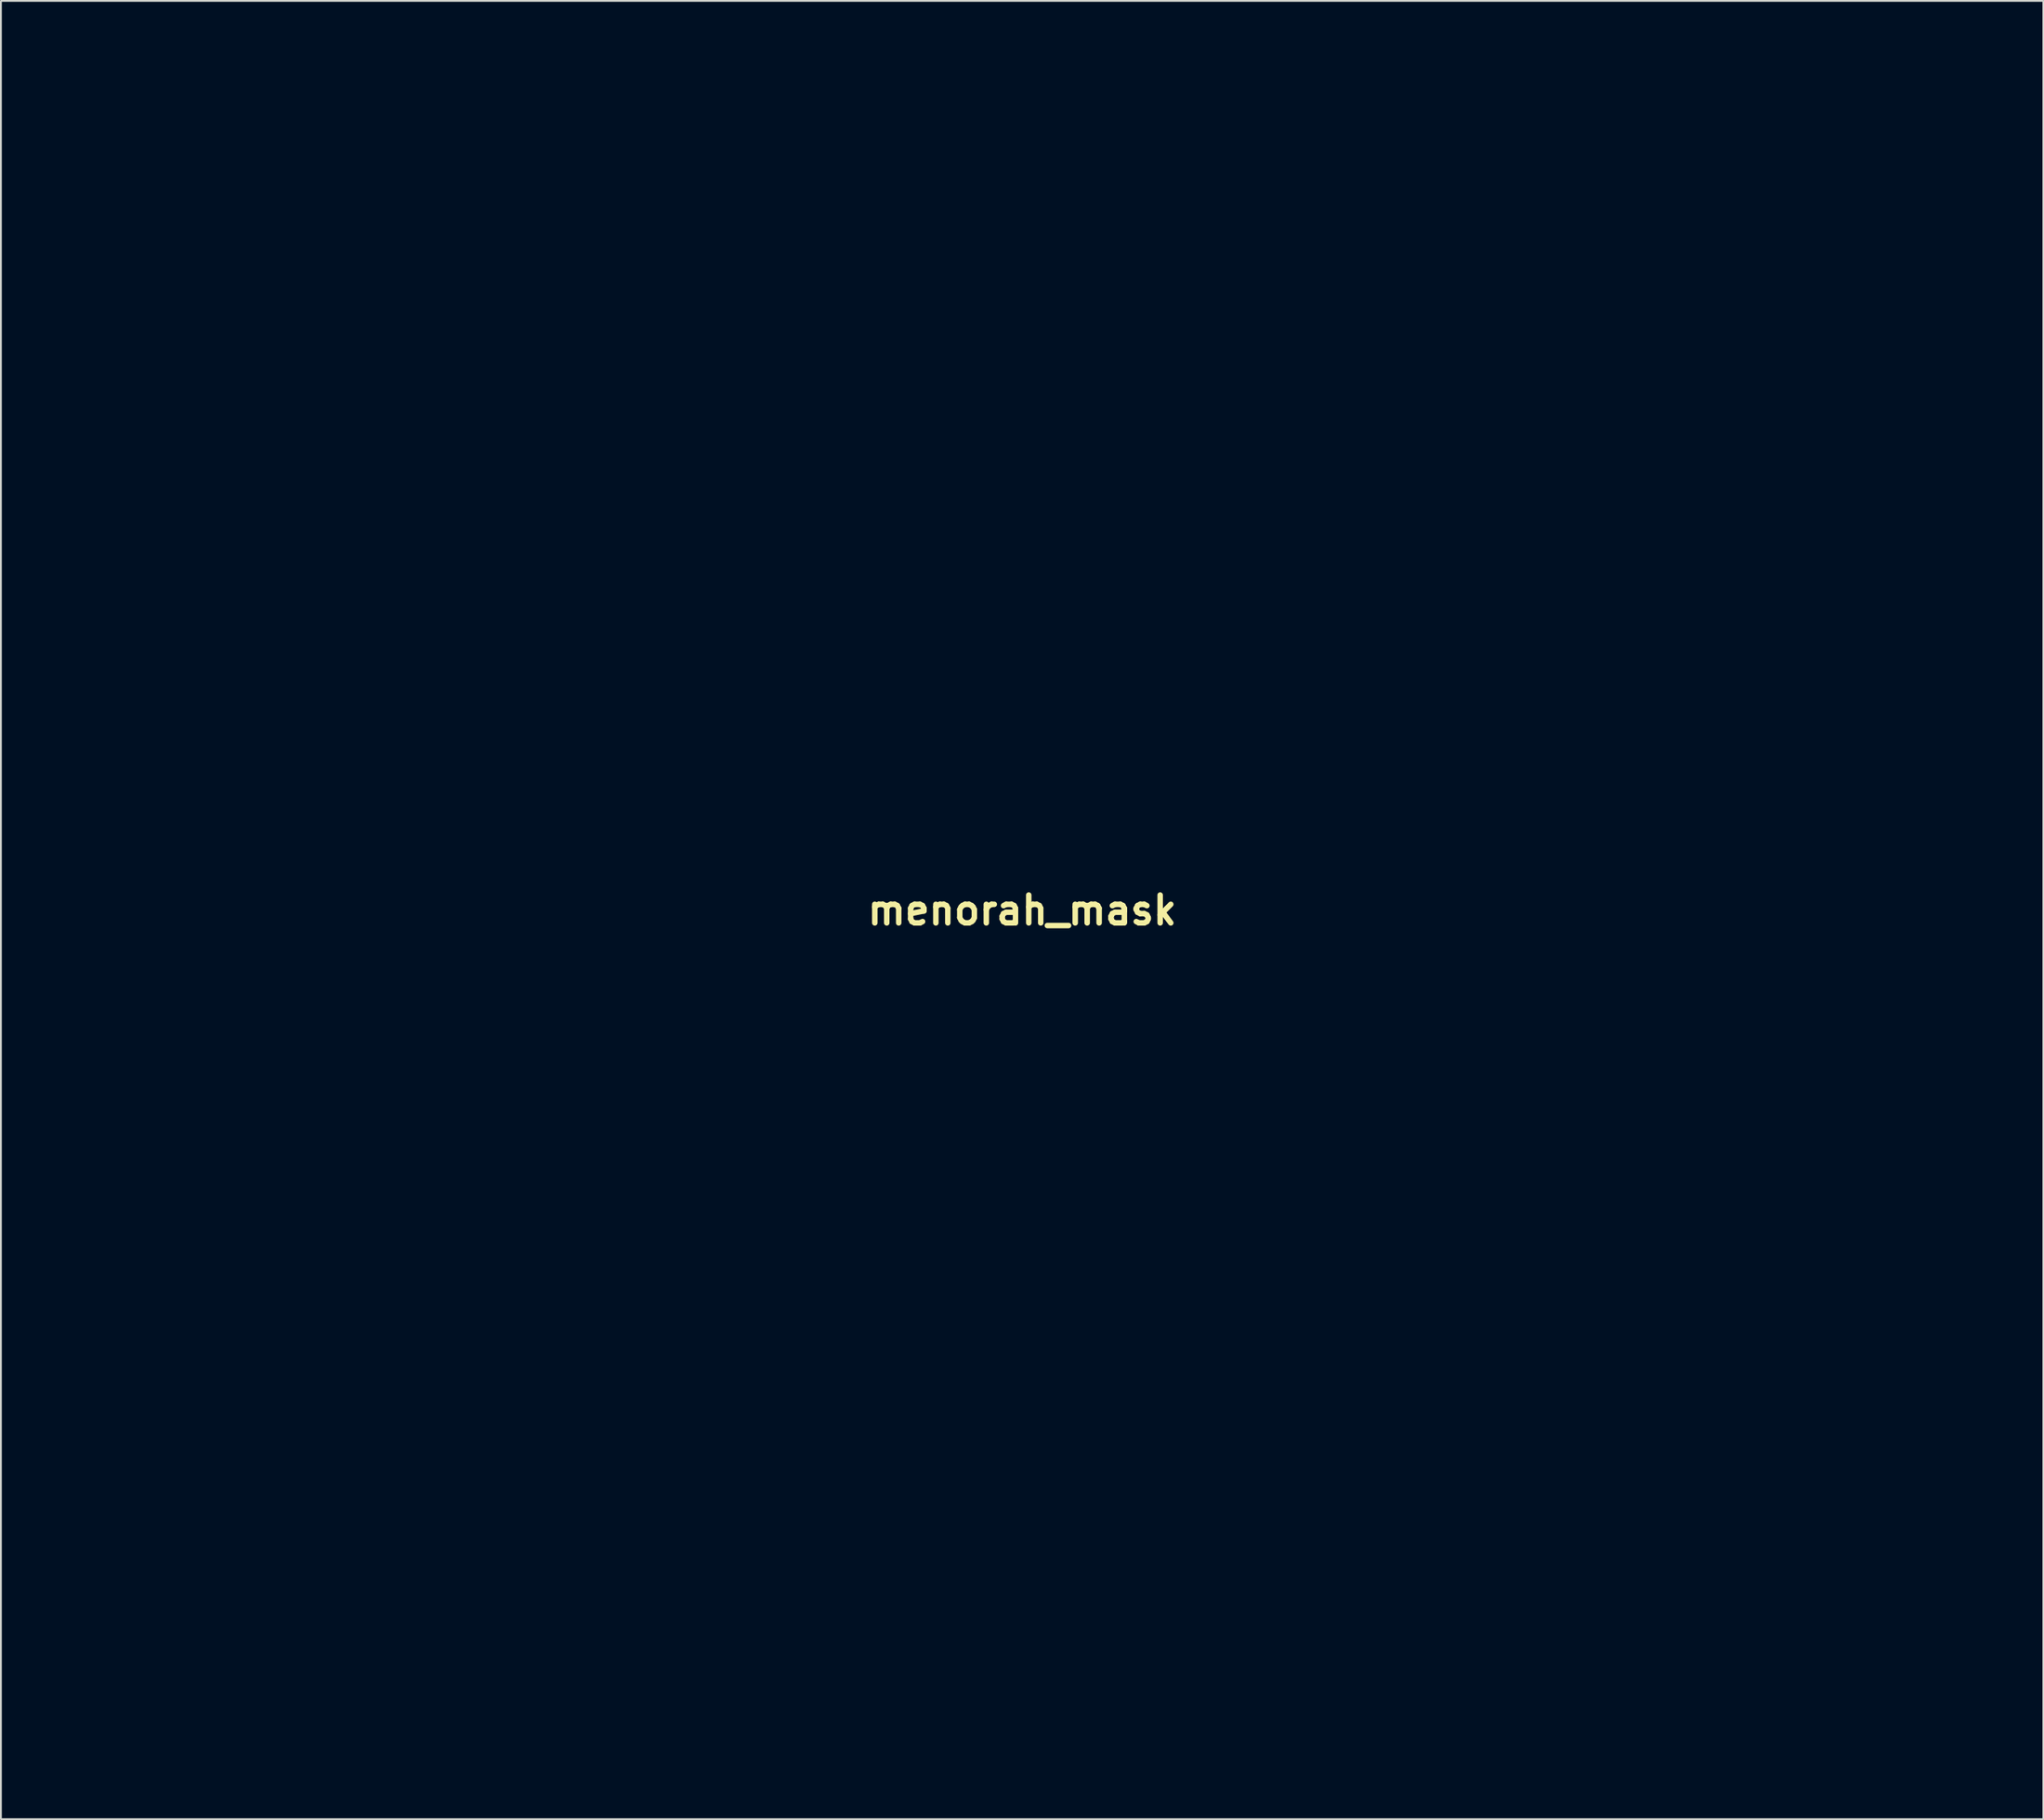
<source format=kicad_pcb>
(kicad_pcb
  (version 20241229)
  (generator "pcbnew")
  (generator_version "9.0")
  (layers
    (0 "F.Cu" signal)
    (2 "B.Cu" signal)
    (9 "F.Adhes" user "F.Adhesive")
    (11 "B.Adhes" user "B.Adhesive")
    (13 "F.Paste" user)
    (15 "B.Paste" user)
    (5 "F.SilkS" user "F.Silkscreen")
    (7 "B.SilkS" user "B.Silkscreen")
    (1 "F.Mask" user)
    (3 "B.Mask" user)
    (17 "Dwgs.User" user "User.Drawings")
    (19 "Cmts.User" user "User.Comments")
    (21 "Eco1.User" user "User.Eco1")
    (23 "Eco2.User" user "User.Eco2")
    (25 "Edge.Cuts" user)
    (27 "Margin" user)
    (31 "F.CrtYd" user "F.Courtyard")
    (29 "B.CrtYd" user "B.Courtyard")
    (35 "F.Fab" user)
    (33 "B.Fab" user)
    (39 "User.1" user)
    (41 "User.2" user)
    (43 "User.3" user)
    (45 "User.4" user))
  (footprint "menorah_mask"
    (layer "F.Cu")
    (at 52.837 46.741)
    (property "Reference" "menorah_mask" (at 0 0 0) (layer "F.SilkS") (effects (font (size 1.524 1.524) (thickness 0.3))))
    (attr through_hole)
    (fp_poly (pts (xy 2.056 -44.429) (xy 2.079 -43.513) (xy 2.112 -42.741) (xy 2.156 -42.087) (xy 2.215 -41.523) (xy 2.292 -41.025) (xy 2.39 -40.567) (xy 2.51 -40.122) (xy 2.539 -40.03) (xy 2.729 -39.545) (xy 2.989 -39.07) (xy 3.287 -38.651) (xy 3.593 -38.335) (xy 3.703 -38.252) (xy 3.94 -38.105) (xy 4.167 -37.994) (xy 4.413 -37.914) (xy 4.706 -37.86) (xy 5.075 -37.828) (xy 5.548 -37.811) (xy 6.154 -37.807) (xy 6.35 -37.807) (xy 6.943 -37.81) (xy 7.398 -37.818) (xy 7.748 -37.835) (xy 8.023 -37.862) (xy 8.255 -37.903) (xy 8.477 -37.96) (xy 8.594 -37.995) (xy 9.233 -38.259) (xy 9.742 -38.618) (xy 10.144 -39.089) (xy 10.329 -39.407) (xy 10.444 -39.636) (xy 10.525 -39.826) (xy 10.579 -40.013) (xy 10.613 -40.236) (xy 10.634 -40.531) (xy 10.647 -40.936) (xy 10.655 -41.245) (xy 10.684 -42.503) (xy 14.732 -42.503) (xy 14.731 -41.55) (xy 14.694 -40.402) (xy 14.582 -39.394) (xy 14.39 -38.513) (xy 14.115 -37.747) (xy 13.754 -37.082) (xy 13.301 -36.505) (xy 13.192 -36.391) (xy 12.616 -35.923) (xy 11.901 -35.522) (xy 11.066 -35.196) (xy 10.128 -34.949) (xy 9.105 -34.787) (xy 8.016 -34.716) (xy 7.743 -34.713) (xy 7.05 -34.677) (xy 6.488 -34.56) (xy 6.032 -34.35) (xy 5.659 -34.035) (xy 5.345 -33.602) (xy 5.262 -33.455) (xy 4.964 -32.755) (xy 4.766 -31.987) (xy 4.667 -31.182) (xy 4.665 -30.369) (xy 4.759 -29.579) (xy 4.946 -28.842) (xy 5.225 -28.189) (xy 5.594 -27.649) (xy 5.596 -27.648) (xy 5.911 -27.346) (xy 6.262 -27.135) (xy 6.684 -27.003) (xy 7.211 -26.938) (xy 7.662 -26.925) (xy 8.452 -26.941) (xy 9.341 -26.986) (xy 10.261 -27.056) (xy 11.145 -27.146) (xy 11.769 -27.227) (xy 13.317 -27.511) (xy 14.772 -27.899) (xy 16.125 -28.388) (xy 17.365 -28.971) (xy 18.483 -29.645) (xy 19.472 -30.405) (xy 20.32 -31.246) (xy 20.515 -31.476) (xy 21.275 -32.518) (xy 21.913 -33.644) (xy 22.432 -34.86) (xy 22.835 -36.175) (xy 23.124 -37.596) (xy 23.3 -39.132) (xy 23.367 -40.791) (xy 23.368 -41) (xy 23.368 -42.503) (xy 27.458 -42.503) (xy 27.398 -40.963) (xy 27.329 -39.644) (xy 27.225 -38.46) (xy 27.081 -37.38) (xy 26.893 -36.373) (xy 26.655 -35.408) (xy 26.371 -34.474) (xy 25.826 -33.057) (xy 25.177 -31.768) (xy 24.417 -30.601) (xy 23.541 -29.551) (xy 22.542 -28.611) (xy 21.414 -27.775) (xy 20.152 -27.036) (xy 18.751 -26.389) (xy 18.623 -26.337) (xy 17.367 -25.885) (xy 16.029 -25.503) (xy 14.594 -25.189) (xy 13.048 -24.941) (xy 11.379 -24.757) (xy 9.571 -24.634) (xy 8.551 -24.593) (xy 8.005 -24.572) (xy 7.499 -24.547) (xy 7.063 -24.519) (xy 6.728 -24.491) (xy 6.527 -24.465) (xy 6.51 -24.461) (xy 6.159 -24.302) (xy 5.797 -24.017) (xy 5.461 -23.643) (xy 5.188 -23.215) (xy 5.167 -23.173) (xy 4.894 -22.451) (xy 4.724 -21.637) (xy 4.658 -20.776) (xy 4.697 -19.91) (xy 4.84 -19.081) (xy 5.089 -18.334) (xy 5.132 -18.237) (xy 5.468 -17.691) (xy 5.904 -17.258) (xy 6.416 -16.955) (xy 6.9 -16.813) (xy 7.102 -16.799) (xy 7.449 -16.795) (xy 7.914 -16.799) (xy 8.474 -16.812) (xy 9.103 -16.833) (xy 9.777 -16.859) (xy 10.471 -16.891) (xy 11.16 -16.926) (xy 11.82 -16.965) (xy 12.424 -17.007) (xy 12.949 -17.049) (xy 13.081 -17.061) (xy 15.425 -17.341) (xy 17.631 -17.718) (xy 19.703 -18.194) (xy 21.643 -18.771) (xy 23.452 -19.448) (xy 25.133 -20.229) (xy 26.688 -21.113) (xy 28.12 -22.103) (xy 29.43 -23.198) (xy 30.62 -24.402) (xy 31.694 -25.714) (xy 32.653 -27.136) (xy 33.3 -28.279) (xy 33.984 -29.737) (xy 34.577 -31.324) (xy 35.076 -33.022) (xy 35.478 -34.815) (xy 35.779 -36.686) (xy 35.976 -38.617) (xy 36.063 -40.592) (xy 36.068 -41.165) (xy 36.068 -42.503) (xy 40.158 -42.503) (xy 40.099 -40.661) (xy 40.008 -38.708) (xy 39.862 -36.896) (xy 39.658 -35.206) (xy 39.393 -33.617) (xy 39.064 -32.109) (xy 38.668 -30.663) (xy 38.509 -30.156) (xy 37.835 -28.306) (xy 37.05 -26.582) (xy 36.153 -24.981) (xy 35.139 -23.498) (xy 34.007 -22.128) (xy 32.753 -20.867) (xy 31.792 -20.041) (xy 30.321 -18.958) (xy 28.714 -17.976) (xy 26.973 -17.096) (xy 25.098 -16.318) (xy 23.09 -15.642) (xy 20.949 -15.068) (xy 18.676 -14.596) (xy 16.272 -14.227) (xy 13.736 -13.96) (xy 11.071 -13.797) (xy 9.483 -13.749) (xy 8.65 -13.73) (xy 7.972 -13.709) (xy 7.434 -13.683) (xy 7.023 -13.652) (xy 6.723 -13.616) (xy 6.534 -13.578) (xy 6.048 -13.358) (xy 5.623 -12.992) (xy 5.268 -12.493) (xy 4.987 -11.875) (xy 4.788 -11.151) (xy 4.678 -10.334) (xy 4.657 -9.755) (xy 4.71 -8.873) (xy 4.866 -8.083) (xy 5.118 -7.396) (xy 5.461 -6.826) (xy 5.89 -6.384) (xy 6.372 -6.094) (xy 6.501 -6.04) (xy 6.624 -5.997) (xy 6.761 -5.966) (xy 6.933 -5.944) (xy 7.16 -5.931) (xy 7.465 -5.926) (xy 7.867 -5.928) (xy 8.387 -5.936) (xy 9.047 -5.948) (xy 9.398 -5.956) (xy 11.092 -6.002) (xy 12.657 -6.068) (xy 14.13 -6.158) (xy 15.55 -6.275) (xy 16.957 -6.42) (xy 18.389 -6.598) (xy 19.092 -6.695) (xy 21.778 -7.138) (xy 24.33 -7.684) (xy 26.75 -8.335) (xy 29.038 -9.091) (xy 31.195 -9.953) (xy 33.223 -10.921) (xy 35.123 -11.996) (xy 36.894 -13.179) (xy 38.539 -14.471) (xy 40.059 -15.872) (xy 41.453 -17.383) (xy 42.724 -19.005) (xy 43.872 -20.738) (xy 44.898 -22.583) (xy 45.803 -24.54) (xy 46.561 -26.533) (xy 47.214 -28.653) (xy 47.751 -30.876) (xy 48.173 -33.208) (xy 48.48 -35.652) (xy 48.674 -38.214) (xy 48.743 -40.111) (xy 48.794 -42.503) (xy 52.832 -42.503) (xy 52.832 -41.295) (xy 52.817 -40.039) (xy 52.772 -38.7) (xy 52.702 -37.318) (xy 52.608 -35.932) (xy 52.493 -34.581) (xy 52.36 -33.304) (xy 52.213 -32.141) (xy 52.149 -31.708) (xy 51.687 -29.168) (xy 51.103 -26.745) (xy 50.399 -24.438) (xy 49.573 -22.248) (xy 48.626 -20.175) (xy 47.559 -18.221) (xy 46.372 -16.385) (xy 45.064 -14.668) (xy 45.037 -14.635) (xy 44.661 -14.201) (xy 44.192 -13.691) (xy 43.665 -13.141) (xy 43.115 -12.586) (xy 42.576 -12.062) (xy 42.084 -11.603) (xy 41.91 -11.448) (xy 40.276 -10.124) (xy 38.506 -8.898) (xy 36.601 -7.772) (xy 34.564 -6.746) (xy 32.397 -5.821) (xy 30.101 -4.998) (xy 27.679 -4.277) (xy 25.132 -3.66) (xy 22.462 -3.146) (xy 19.672 -2.737) (xy 19.473 -2.712) (xy 18.402 -2.588) (xy 17.336 -2.48) (xy 16.251 -2.385) (xy 15.122 -2.302) (xy 13.926 -2.229) (xy 12.637 -2.165) (xy 11.232 -2.109) (xy 9.686 -2.058) (xy 9.391 -2.05) (xy 7.31 -1.99) (xy 6.897 -1.734) (xy 6.554 -1.465) (xy 6.296 -1.114) (xy 6.248 -1.026) (xy 6.011 -0.573) (xy 6.012 4.264) (xy 6.013 5.552) (xy 6.019 6.69) (xy 6.029 7.697) (xy 6.045 8.594) (xy 6.068 9.398) (xy 6.099 10.13) (xy 6.139 10.81) (xy 6.19 11.455) (xy 6.251 12.087) (xy 6.325 12.724) (xy 6.412 13.386) (xy 6.514 14.092) (xy 6.572 14.478) (xy 6.934 16.584) (xy 7.379 18.698) (xy 7.898 20.799) (xy 8.486 22.864) (xy 9.134 24.873) (xy 9.836 26.802) (xy 10.585 28.63) (xy 11.373 30.335) (xy 12.194 31.896) (xy 12.231 31.962) (xy 13.117 33.421) (xy 14.025 34.716) (xy 14.954 35.844) (xy 15.905 36.807) (xy 16.875 37.601) (xy 17.119 37.772) (xy 17.347 37.911) (xy 17.7 38.105) (xy 18.149 38.34) (xy 18.666 38.601) (xy 19.221 38.872) (xy 19.581 39.044) (xy 21.335 39.897) (xy 22.927 40.723) (xy 24.359 41.527) (xy 25.638 42.309) (xy 26.765 43.074) (xy 27.747 43.823) (xy 28.587 44.56) (xy 29.055 45.03) (xy 29.433 45.454) (xy 29.71 45.814) (xy 29.878 46.098) (xy 29.928 46.29) (xy 29.913 46.339) (xy 29.812 46.42) (xy 29.618 46.527) (xy 29.559 46.554) (xy 29.523 46.567) (xy 29.467 46.579) (xy 29.387 46.59) (xy 29.277 46.6) (xy 29.132 46.61) (xy 28.947 46.619) (xy 28.716 46.628) (xy 28.434 46.635) (xy 28.097 46.643) (xy 27.698 46.649) (xy 27.232 46.655) (xy 26.694 46.661) (xy 26.079 46.666) (xy 25.382 46.671) (xy 24.596 46.675) (xy 23.718 46.679) (xy 22.741 46.682) (xy 21.661 46.686) (xy 20.471 46.688) (xy 19.168 46.691) (xy 17.745 46.693) (xy 16.197 46.695) (xy 14.519 46.697) (xy 12.706 46.699) (xy 10.752 46.7) (xy 8.652 46.701) (xy 6.401 46.703) (xy 3.993 46.704) (xy 1.424 46.705) (xy 0.254 46.705) (xy -1.956 46.706) (xy -4.124 46.706) (xy -6.245 46.706) (xy -8.311 46.706) (xy -10.317 46.705) (xy -12.257 46.704) (xy -14.123 46.702) (xy -15.911 46.7) (xy -17.613 46.698) (xy -19.224 46.695) (xy -20.737 46.693) (xy -22.146 46.689) (xy -23.445 46.686) (xy -24.628 46.682) (xy -25.687 46.678) (xy -26.618 46.674) (xy -27.413 46.67) (xy -28.068 46.665) (xy -28.574 46.661) (xy -28.926 46.656) (xy -29.119 46.651) (xy -29.152 46.648) (xy -29.528 46.554) (xy -29.789 46.425) (xy -29.915 46.273) (xy -29.914 46.164) (xy -29.761 45.878) (xy -29.489 45.515) (xy -29.12 45.098) (xy -28.674 44.648) (xy -28.171 44.184) (xy -27.632 43.729) (xy -27.16 43.365) (xy -26.226 42.702) (xy -25.232 42.052) (xy -24.158 41.405) (xy -22.986 40.75) (xy -21.743 40.1) (xy -5.08 40.1) (xy -5.078 40.785) (xy -5.074 41.426) (xy -5.067 42) (xy -5.058 42.486) (xy -5.047 42.861) (xy -5.034 43.102) (xy -5.026 43.175) (xy -4.929 43.413) (xy -4.76 43.654) (xy -4.723 43.693) (xy -4.474 43.942) (xy 4.474 43.942) (xy 4.723 43.693) (xy 4.9 43.463) (xy 5.016 43.217) (xy 5.026 43.175) (xy 5.039 43.026) (xy 5.051 42.731) (xy 5.061 42.311) (xy 5.07 41.789) (xy 5.076 41.186) (xy 5.079 40.526) (xy 5.08 40.1) (xy 5.079 39.272) (xy 5.074 38.595) (xy 5.062 38.054) (xy 5.041 37.629) (xy 5.007 37.306) (xy 4.957 37.065) (xy 4.89 36.89) (xy 4.801 36.763) (xy 4.688 36.667) (xy 4.548 36.586) (xy 4.487 36.555) (xy 4.408 36.521) (xy 4.308 36.493) (xy 4.172 36.47) (xy 3.985 36.451) (xy 3.733 36.436) (xy 3.4 36.425) (xy 2.973 36.417) (xy 2.435 36.412) (xy 1.773 36.409) (xy 0.971 36.407) (xy 0.015 36.407) (xy 0 36.407) (xy -0.958 36.407) (xy -1.762 36.409) (xy -2.426 36.412) (xy -2.966 36.417) (xy -3.395 36.425) (xy -3.729 36.436) (xy -3.982 36.451) (xy -4.169 36.469) (xy -4.306 36.492) (xy -4.407 36.521) (xy -4.486 36.554) (xy -4.487 36.555) (xy -4.638 36.636) (xy -4.761 36.724) (xy -4.859 36.837) (xy -4.934 36.992) (xy -4.99 37.206) (xy -5.03 37.497) (xy -5.055 37.881) (xy -5.07 38.376) (xy -5.078 39) (xy -5.08 39.769) (xy -5.08 40.1) (xy -21.743 40.1) (xy -21.696 40.076) (xy -20.271 39.373) (xy -19.581 39.044) (xy -19.017 38.773) (xy -18.472 38.504) (xy -17.977 38.251) (xy -17.559 38.029) (xy -17.248 37.853) (xy -17.119 37.772) (xy -16.143 37.019) (xy -15.188 36.098) (xy -14.253 35.011) (xy -13.34 33.758) (xy -12.449 32.339) (xy -12.231 31.962) (xy -11.409 30.408) (xy -10.619 28.708) (xy -9.868 26.885) (xy -9.164 24.96) (xy -8.513 22.955) (xy -7.923 20.892) (xy -7.401 18.792) (xy -6.953 16.678) (xy -6.586 14.571) (xy -6.572 14.478) (xy -6.463 13.743) (xy -6.368 13.062) (xy -6.288 12.416) (xy -6.22 11.786) (xy -6.164 11.151) (xy -6.119 10.493) (xy -6.084 9.793) (xy -6.057 9.03) (xy -6.037 8.187) (xy -6.024 7.242) (xy -6.017 6.178) (xy -6.014 4.975) (xy -6.014 4.233) (xy -6.014 3.198) (xy -6.016 2.318) (xy -6.018 1.58) (xy -6.022 0.97) (xy -6.028 0.474) (xy -6.037 0.079) (xy -6.049 -0.231) (xy -6.063 -0.467) (xy -6.082 -0.645) (xy -6.104 -0.777) (xy -6.132 -0.878) (xy -6.164 -0.962) (xy -6.172 -0.98) (xy -6.429 -1.367) (xy -6.797 -1.693) (xy -7.219 -1.908) (xy -7.311 -1.935) (xy -7.491 -1.962) (xy -7.813 -1.989) (xy -8.249 -2.015) (xy -8.774 -2.04) (xy -9.359 -2.061) (xy -9.864 -2.074) (xy -12.789 -2.174) (xy -15.567 -2.341) (xy -18.204 -2.576) (xy -20.71 -2.88) (xy -23.091 -3.255) (xy -25.357 -3.701) (xy -27.516 -4.222) (xy -29.575 -4.817) (xy -31.543 -5.488) (xy -32.512 -5.859) (xy -34.709 -6.812) (xy -36.774 -7.872) (xy -38.71 -9.039) (xy -40.516 -10.316) (xy -42.195 -11.702) (xy -43.747 -13.2) (xy -45.173 -14.811) (xy -46.474 -16.535) (xy -47.651 -18.375) (xy -48.706 -20.33) (xy -49.639 -22.403) (xy -50.451 -24.595) (xy -51.144 -26.906) (xy -51.224 -27.209) (xy -51.691 -29.227) (xy -52.081 -31.375) (xy -52.393 -33.631) (xy -52.623 -35.974) (xy -52.77 -38.382) (xy -52.83 -40.833) (xy -52.832 -41.295) (xy -52.832 -42.503) (xy -48.794 -42.503) (xy -48.743 -40.111) (xy -48.623 -37.386) (xy -48.382 -34.777) (xy -48.017 -32.286) (xy -47.531 -29.911) (xy -46.922 -27.653) (xy -46.191 -25.51) (xy -45.336 -23.483) (xy -44.359 -21.571) (xy -43.259 -19.775) (xy -42.036 -18.093) (xy -40.69 -16.525) (xy -39.22 -15.071) (xy -38.65 -14.566) (xy -37.102 -13.331) (xy -35.447 -12.195) (xy -33.679 -11.157) (xy -31.797 -10.216) (xy -29.796 -9.371) (xy -27.673 -8.619) (xy -25.425 -7.961) (xy -23.047 -7.396) (xy -20.537 -6.921) (xy -17.89 -6.535) (xy -15.104 -6.239) (xy -13.25 -6.095) (xy -12.626 -6.058) (xy -11.938 -6.026) (xy -11.21 -5.998) (xy -10.463 -5.976) (xy -9.72 -5.96) (xy -9.002 -5.949) (xy -8.334 -5.945) (xy -7.736 -5.947) (xy -7.231 -5.955) (xy -6.842 -5.971) (xy -6.59 -5.994) (xy -6.533 -6.006) (xy -6.066 -6.219) (xy -5.652 -6.58) (xy -5.3 -7.071) (xy -5.016 -7.676) (xy -4.81 -8.379) (xy -4.689 -9.163) (xy -4.66 -9.821) (xy -4.713 -10.728) (xy -4.868 -11.534) (xy -5.123 -12.23) (xy -5.471 -12.806) (xy -5.908 -13.251) (xy -6.31 -13.503) (xy -6.422 -13.55) (xy -6.557 -13.588) (xy -6.734 -13.619) (xy -6.974 -13.644) (xy -7.296 -13.666) (xy -7.722 -13.685) (xy -8.269 -13.703) (xy -8.959 -13.721) (xy -9.229 -13.728) (xy -11.764 -13.827) (xy -14.155 -13.998) (xy -16.409 -14.245) (xy -18.535 -14.567) (xy -20.543 -14.967) (xy -22.44 -15.448) (xy -24.236 -16.009) (xy -25.939 -16.655) (xy -27.557 -17.385) (xy -27.955 -17.584) (xy -29.625 -18.52) (xy -31.163 -19.561) (xy -32.574 -20.71) (xy -33.858 -21.969) (xy -35.018 -23.341) (xy -36.056 -24.828) (xy -36.975 -26.434) (xy -37.776 -28.161) (xy -38.463 -30.011) (xy -38.51 -30.155) (xy -38.93 -31.585) (xy -39.283 -33.068) (xy -39.57 -34.625) (xy -39.795 -36.274) (xy -39.962 -38.037) (xy -40.072 -39.934) (xy -40.099 -40.661) (xy -40.158 -42.503) (xy -36.068 -42.503) (xy -36.068 -41.165) (xy -36.026 -39.515) (xy -35.904 -37.845) (xy -35.706 -36.193) (xy -35.439 -34.599) (xy -35.107 -33.099) (xy -34.839 -32.127) (xy -34.224 -30.339) (xy -33.49 -28.668) (xy -32.638 -27.112) (xy -31.664 -25.67) (xy -30.568 -24.341) (xy -29.348 -23.124) (xy -28.002 -22.017) (xy -26.531 -21.02) (xy -24.93 -20.13) (xy -23.201 -19.348) (xy -21.34 -18.671) (xy -19.347 -18.098) (xy -17.822 -17.749) (xy -16.461 -17.494) (xy -15.034 -17.282) (xy -13.519 -17.109) (xy -11.891 -16.974) (xy -10.129 -16.873) (xy -9.433 -16.844) (xy -8.655 -16.817) (xy -8.024 -16.801) (xy -7.519 -16.8) (xy -7.12 -16.814) (xy -6.805 -16.846) (xy -6.553 -16.897) (xy -6.343 -16.97) (xy -6.153 -17.067) (xy -6.015 -17.153) (xy -5.601 -17.523) (xy -5.26 -18.02) (xy -4.994 -18.62) (xy -4.804 -19.295) (xy -4.691 -20.019) (xy -4.657 -20.768) (xy -4.703 -21.515) (xy -4.831 -22.233) (xy -5.043 -22.898) (xy -5.34 -23.483) (xy -5.621 -23.855) (xy -5.82 -24.057) (xy -6.022 -24.216) (xy -6.253 -24.337) (xy -6.537 -24.427) (xy -6.898 -24.491) (xy -7.361 -24.537) (xy -7.95 -24.569) (xy -8.509 -24.59) (xy -10.619 -24.7) (xy -12.584 -24.892) (xy -14.407 -25.166) (xy -16.093 -25.525) (xy -17.645 -25.971) (xy -19.068 -26.506) (xy -20.367 -27.131) (xy -21.544 -27.848) (xy -22.604 -28.66) (xy -23.552 -29.569) (xy -24.391 -30.575) (xy -25.126 -31.682) (xy -25.576 -32.51) (xy -26.087 -33.654) (xy -26.51 -34.881) (xy -26.85 -36.204) (xy -27.109 -37.638) (xy -27.291 -39.196) (xy -27.398 -40.892) (xy -27.402 -40.988) (xy -27.458 -42.503) (xy -23.368 -42.503) (xy -23.368 -40.999) (xy -23.31 -39.276) (xy -23.133 -37.674) (xy -22.839 -36.191) (xy -22.424 -34.825) (xy -21.889 -33.573) (xy -21.232 -32.435) (xy -20.453 -31.408) (xy -19.55 -30.49) (xy -18.523 -29.679) (xy -17.369 -28.973) (xy -17.132 -28.848) (xy -15.908 -28.301) (xy -14.553 -27.84) (xy -13.086 -27.469) (xy -11.522 -27.191) (xy -9.88 -27.01) (xy -8.176 -26.929) (xy -7.662 -26.925) (xy -7.221 -26.93) (xy -6.903 -26.951) (xy -6.66 -26.992) (xy -6.446 -27.062) (xy -6.307 -27.123) (xy -5.814 -27.444) (xy -5.403 -27.905) (xy -5.078 -28.492) (xy -4.845 -29.195) (xy -4.707 -30.002) (xy -4.671 -30.901) (xy -4.678 -31.148) (xy -4.772 -32.068) (xy -4.967 -32.852) (xy -5.263 -33.501) (xy -5.661 -34.015) (xy -6.159 -34.396) (xy -6.173 -34.403) (xy -6.356 -34.501) (xy -6.522 -34.573) (xy -6.706 -34.623) (xy -6.94 -34.658) (xy -7.261 -34.685) (xy -7.701 -34.709) (xy -7.951 -34.721) (xy -8.436 -34.746) (xy -8.888 -34.775) (xy -9.268 -34.803) (xy -9.535 -34.83) (xy -9.61 -34.841) (xy -10.664 -35.071) (xy -11.58 -35.377) (xy -12.366 -35.765) (xy -13.027 -36.244) (xy -13.571 -36.823) (xy -14.002 -37.509) (xy -14.327 -38.311) (xy -14.553 -39.237) (xy -14.685 -40.296) (xy -14.731 -41.494) (xy -14.731 -41.55) (xy -14.732 -42.503) (xy -10.684 -42.503) (xy -10.655 -41.252) (xy -10.642 -40.763) (xy -10.626 -40.406) (xy -10.6 -40.142) (xy -10.557 -39.935) (xy -10.492 -39.746) (xy -10.397 -39.538) (xy -10.343 -39.428) (xy -9.998 -38.881) (xy -9.556 -38.457) (xy -8.995 -38.139) (xy -8.607 -37.998) (xy -8.375 -37.931) (xy -8.149 -37.882) (xy -7.898 -37.848) (xy -7.59 -37.826) (xy -7.194 -37.813) (xy -6.676 -37.808) (xy -6.35 -37.807) (xy -5.702 -37.809) (xy -5.195 -37.822) (xy -4.8 -37.849) (xy -4.489 -37.897) (xy -4.233 -37.969) (xy -4.003 -38.071) (xy -3.772 -38.207) (xy -3.703 -38.252) (xy -3.402 -38.519) (xy -3.097 -38.905) (xy -2.82 -39.364) (xy -2.6 -39.851) (xy -2.539 -40.03) (xy -2.413 -40.475) (xy -2.311 -40.928) (xy -2.23 -41.416) (xy -2.167 -41.963) (xy -2.12 -42.597) (xy -2.085 -43.343) (xy -2.06 -44.226) (xy -2.056 -44.429) (xy -2.01 -46.736) (xy 2.01 -46.736) (xy 2.056 -44.429)) (stroke (width 0.01) (type solid)) (fill yes) (layer "B.Mask")))
  (gr_rect
    (start -3 -3)
    (end 108.674 96.452)
    (stroke (width 0.1) (type default))
    (fill no)
    (layer "Edge.Cuts")))
</source>
